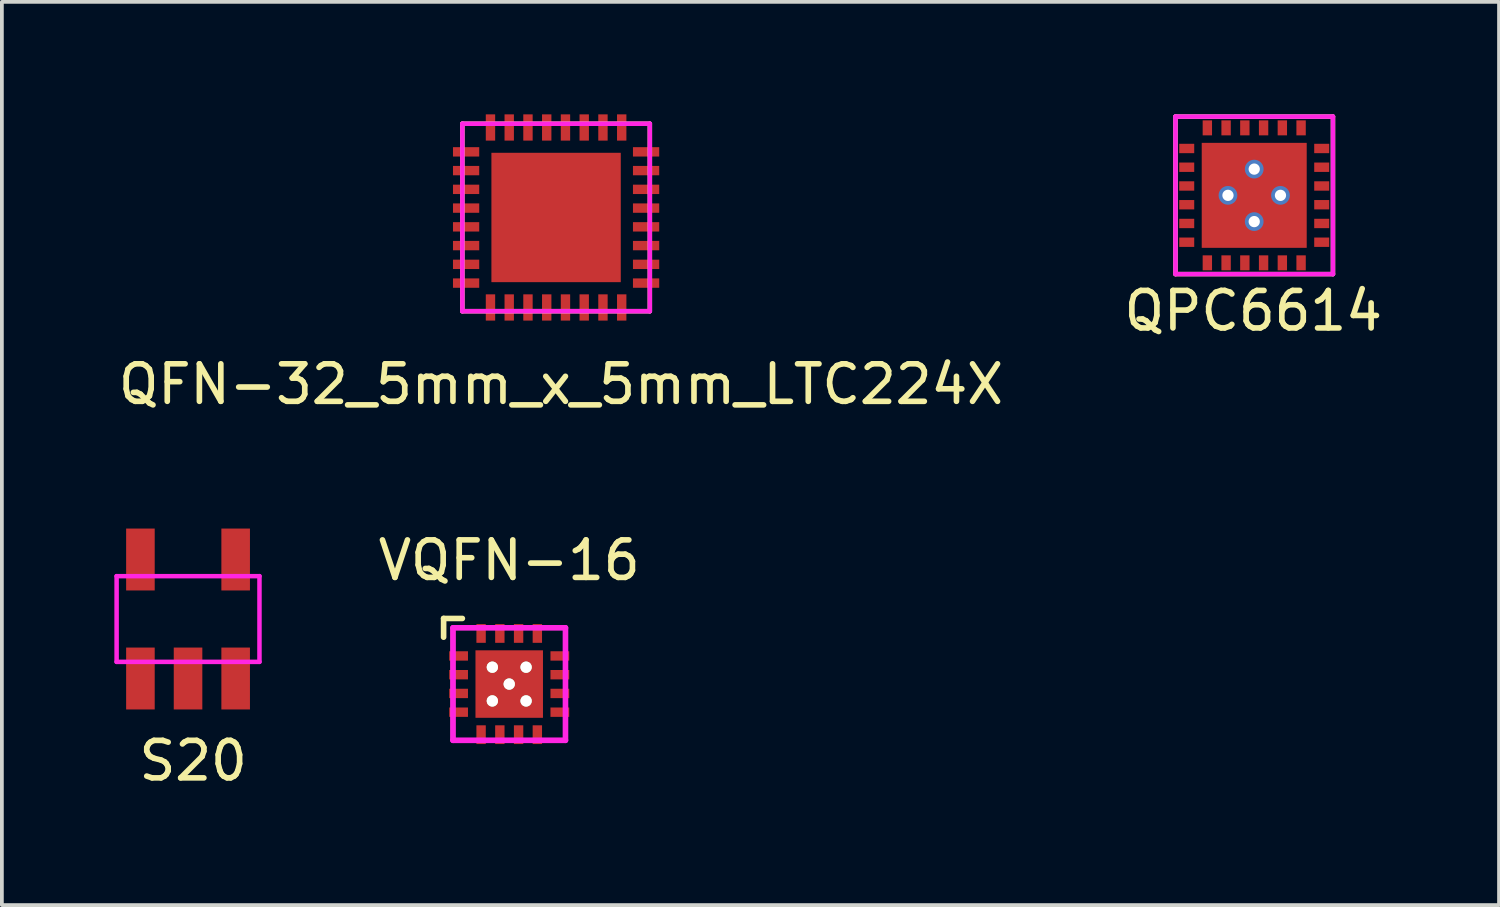
<source format=kicad_pcb>
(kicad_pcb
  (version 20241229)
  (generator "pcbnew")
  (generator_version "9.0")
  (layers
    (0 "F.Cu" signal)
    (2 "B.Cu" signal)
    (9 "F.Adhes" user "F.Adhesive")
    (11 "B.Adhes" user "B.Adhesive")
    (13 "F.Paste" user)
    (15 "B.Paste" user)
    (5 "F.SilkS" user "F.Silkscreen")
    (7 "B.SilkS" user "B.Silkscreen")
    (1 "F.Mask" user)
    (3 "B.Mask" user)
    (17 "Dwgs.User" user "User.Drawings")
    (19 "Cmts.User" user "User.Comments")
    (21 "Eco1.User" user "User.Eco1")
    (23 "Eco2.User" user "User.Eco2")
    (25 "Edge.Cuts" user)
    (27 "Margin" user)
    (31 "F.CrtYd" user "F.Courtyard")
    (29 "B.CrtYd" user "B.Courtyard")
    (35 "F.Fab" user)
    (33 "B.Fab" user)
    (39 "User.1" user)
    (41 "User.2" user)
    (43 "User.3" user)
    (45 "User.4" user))
  (footprint "VQFN-16"
    (layer "F.Cu")
    (at 10.531 15.194)
    (property "Reference" "VQFN-16" (at 0 -3.3 0) (layer "F.SilkS") (effects (font (size 1 1) (thickness 0.15))))
    (attr through_hole)
    (fp_line (start -1.75 -1.75) (end -1.75 -1.25) (stroke (width 0.15) (type solid)) (layer "F.SilkS"))
    (fp_line (start -1.5 -1.5) (end -1.5 1.5) (stroke (width 0.12) (type solid)) (layer "F.SilkS"))
    (fp_line (start -1.5 1.5) (end 1.5 1.5) (stroke (width 0.12) (type solid)) (layer "F.SilkS"))
    (fp_line (start -1.25 -1.75) (end -1.75 -1.75) (stroke (width 0.15) (type solid)) (layer "F.SilkS"))
    (fp_line (start 1.5 -1.5) (end -1.5 -1.5) (stroke (width 0.12) (type solid)) (layer "F.SilkS"))
    (fp_line (start 1.5 1.5) (end 1.5 -1.5) (stroke (width 0.12) (type solid)) (layer "F.SilkS"))
    (fp_line (start -1.5 -1.5) (end 1.5 -1.5) (stroke (width 0.15) (type solid)) (layer "F.CrtYd"))
    (fp_line (start -1.5 1.5) (end -1.5 -1.5) (stroke (width 0.15) (type solid)) (layer "F.CrtYd"))
    (fp_line (start 1.5 -1.5) (end 1.5 1.5) (stroke (width 0.15) (type solid)) (layer "F.CrtYd"))
    (fp_line (start 1.5 1.5) (end -1.5 1.5) (stroke (width 0.15) (type solid)) (layer "F.CrtYd"))
    (pad "1" smd rect (at -1.35 -0.75 90) (size 0.25 0.5) (layers "F.Cu" "F.Mask" "F.Paste"))
    (pad "2" smd rect (at -1.35 -0.25 90) (size 0.25 0.5) (layers "F.Cu" "F.Mask" "F.Paste"))
    (pad "3" smd rect (at -1.35 0.25 90) (size 0.25 0.5) (layers "F.Cu" "F.Mask" "F.Paste"))
    (pad "4" smd rect (at -1.35 0.75 90) (size 0.25 0.5) (layers "F.Cu" "F.Mask" "F.Paste"))
    (pad "5" smd rect (at -0.75 1.35) (size 0.25 0.5) (layers "F.Cu" "F.Mask" "F.Paste"))
    (pad "6" smd rect (at -0.25 1.35) (size 0.25 0.5) (layers "F.Cu" "F.Mask" "F.Paste"))
    (pad "7" smd rect (at 0.25 1.35) (size 0.25 0.5) (layers "F.Cu" "F.Mask" "F.Paste"))
    (pad "8" smd rect (at 0.75 1.35) (size 0.25 0.5) (layers "F.Cu" "F.Mask" "F.Paste"))
    (pad "9" smd rect (at 1.35 0.75 90) (size 0.25 0.5) (layers "F.Cu" "F.Mask" "F.Paste"))
    (pad "10" smd rect (at 1.35 0.25 90) (size 0.25 0.5) (layers "F.Cu" "F.Mask" "F.Paste"))
    (pad "11" smd rect (at 1.35 -0.25 90) (size 0.25 0.5) (layers "F.Cu" "F.Mask" "F.Paste"))
    (pad "12" smd rect (at 1.35 -0.75 90) (size 0.25 0.5) (layers "F.Cu" "F.Mask" "F.Paste"))
    (pad "13" smd rect (at 0.75 -1.35) (size 0.25 0.5) (layers "F.Cu" "F.Mask" "F.Paste"))
    (pad "14" smd rect (at 0.25 -1.35) (size 0.25 0.5) (layers "F.Cu" "F.Mask" "F.Paste"))
    (pad "15" smd rect (at -0.25 -1.35) (size 0.25 0.5) (layers "F.Cu" "F.Mask" "F.Paste"))
    (pad "16" smd rect (at -0.75 -1.35) (size 0.25 0.5) (layers "F.Cu" "F.Mask" "F.Paste"))
    (pad "EP" thru_hole circle (at -0.45 -0.45) (size 0.3 0.3) (drill 0.3) (layers "*.Cu" "F.Mask" "F.SilkS"))
    (pad "EP" thru_hole circle (at -0.45 0.45) (size 0.3 0.3) (drill 0.3) (layers "*.Cu" "F.Mask" "F.SilkS"))
    (pad "EP" thru_hole circle (at 0 0) (size 0.3 0.3) (drill 0.3) (layers "*.Cu" "F.Mask" "F.SilkS"))
    (pad "EP" smd rect (at 0 0) (size 1.8 1.8) (layers "F.Cu" "F.Mask" "F.Paste"))
    (pad "EP" thru_hole circle (at 0.45 -0.45) (size 0.3 0.3) (drill 0.3) (layers "*.Cu" "F.Mask" "F.SilkS"))
    (pad "EP" thru_hole circle (at 0.45 0.45) (size 0.3 0.3) (drill 0.3) (layers "*.Cu" "F.Mask" "F.SilkS")))
  (footprint "S20"
    (layer "F.Cu")
    (at 1.965 13.459)
    (property "Reference" "S20" (at 0.137 3.782 0) (layer "F.SilkS") (effects (font (size 1 1) (thickness 0.15))))
    (attr through_hole)
    (fp_line (start -1.905 -1.143) (end -1.905 1.143) (stroke (width 0.12) (type solid)) (layer "F.CrtYd"))
    (fp_line (start -1.905 -1.143) (end 1.905 -1.143) (stroke (width 0.12) (type solid)) (layer "F.CrtYd"))
    (fp_line (start -1.905 1.143) (end 1.905 1.143) (stroke (width 0.12) (type solid)) (layer "F.CrtYd"))
    (fp_line (start 1.905 -1.143) (end 1.905 1.143) (stroke (width 0.12) (type solid)) (layer "F.CrtYd"))
    (pad "1" smd rect (at -1.27 1.587) (size 0.762 1.651) (layers "F.Cu" "F.Mask" "F.Paste"))
    (pad "2" smd rect (at 0 1.587) (size 0.762 1.651) (layers "F.Cu" "F.Mask" "F.Paste"))
    (pad "3" smd rect (at 1.27 1.587) (size 0.762 1.651) (layers "F.Cu" "F.Mask" "F.Paste"))
    (pad "4" smd rect (at 1.27 -1.587) (size 0.762 1.651) (layers "F.Cu" "F.Mask" "F.Paste"))
    (pad "5" smd rect (at -1.27 -1.587) (size 0.762 1.651) (layers "F.Cu" "F.Mask" "F.Paste")))
  (footprint "QFN-32_5mm_x_5mm_LTC224X"
    (layer "F.Cu")
    (at 11.781 2.75)
    (property "Reference" "QFN-32_5mm_x_5mm_LTC224X" (at 0.13 4.448 0) (layer "F.SilkS") (effects (font (size 1 1) (thickness 0.15))))
    (attr through_hole)
    (fp_line (start -2.5 -2.5) (end -2.5 2.5) (stroke (width 0.12) (type solid)) (layer "F.SilkS"))
    (fp_line (start -2.5 2.5) (end 2.5 2.5) (stroke (width 0.12) (type solid)) (layer "F.SilkS"))
    (fp_line (start 2.5 -2.5) (end -2.5 -2.5) (stroke (width 0.12) (type solid)) (layer "F.SilkS"))
    (fp_line (start 2.5 2.5) (end 2.5 -2.5) (stroke (width 0.12) (type solid)) (layer "F.SilkS"))
    (fp_line (start -2.5 -2.5) (end -2.5 2.5) (stroke (width 0.12) (type solid)) (layer "F.CrtYd"))
    (fp_line (start -2.5 2.5) (end 2.5 2.5) (stroke (width 0.12) (type solid)) (layer "F.CrtYd"))
    (fp_line (start 2.5 -2.5) (end -2.5 -2.5) (stroke (width 0.12) (type solid)) (layer "F.CrtYd"))
    (fp_line (start 2.5 2.5) (end 2.5 -2.5) (stroke (width 0.12) (type solid)) (layer "F.CrtYd"))
    (pad "" smd rect (at -1.15 -1.15) (size 0.85 0.85) (layers "F.Paste"))
    (pad "" smd rect (at -1.15 0) (size 0.85 0.85) (layers "F.Paste"))
    (pad "" smd rect (at -1.15 1.15) (size 0.85 0.85) (layers "F.Paste"))
    (pad "" smd rect (at 0 -1.15) (size 0.85 0.85) (layers "F.Paste"))
    (pad "" smd rect (at 0 0) (size 0.85 0.85) (layers "F.Paste"))
    (pad "" smd rect (at 0 1.15) (size 0.85 0.85) (layers "F.Paste"))
    (pad "" smd rect (at 1.15 -1.15) (size 0.85 0.85) (layers "F.Paste"))
    (pad "" smd rect (at 1.15 0) (size 0.85 0.85) (layers "F.Paste"))
    (pad "" smd rect (at 1.15 1.15) (size 0.85 0.85) (layers "F.Paste"))
    (pad "1" smd rect (at -2.4 -1.75) (size 0.7 0.25) (layers "F.Cu" "F.Mask" "F.Paste"))
    (pad "2" smd rect (at -2.4 -1.25) (size 0.7 0.25) (layers "F.Cu" "F.Mask" "F.Paste"))
    (pad "3" smd rect (at -2.4 -0.75) (size 0.7 0.25) (layers "F.Cu" "F.Mask" "F.Paste"))
    (pad "4" smd rect (at -2.4 -0.25) (size 0.7 0.25) (layers "F.Cu" "F.Mask" "F.Paste"))
    (pad "5" smd rect (at -2.4 0.25) (size 0.7 0.25) (layers "F.Cu" "F.Mask" "F.Paste"))
    (pad "6" smd rect (at -2.4 0.75) (size 0.7 0.25) (layers "F.Cu" "F.Mask" "F.Paste"))
    (pad "7" smd rect (at -2.4 1.25) (size 0.7 0.25) (layers "F.Cu" "F.Mask" "F.Paste"))
    (pad "8" smd rect (at -2.4 1.75) (size 0.7 0.25) (layers "F.Cu" "F.Mask" "F.Paste"))
    (pad "9" smd rect (at -1.75 2.4) (size 0.25 0.7) (layers "F.Cu" "F.Mask" "F.Paste"))
    (pad "10" smd rect (at -1.25 2.4) (size 0.25 0.7) (layers "F.Cu" "F.Mask" "F.Paste"))
    (pad "11" smd rect (at -0.75 2.4) (size 0.25 0.7) (layers "F.Cu" "F.Mask" "F.Paste"))
    (pad "12" smd rect (at -0.25 2.4) (size 0.25 0.7) (layers "F.Cu" "F.Mask" "F.Paste"))
    (pad "13" smd rect (at 0.25 2.4) (size 0.25 0.7) (layers "F.Cu" "F.Mask" "F.Paste"))
    (pad "14" smd rect (at 0.75 2.4) (size 0.25 0.7) (layers "F.Cu" "F.Mask" "F.Paste"))
    (pad "15" smd rect (at 1.25 2.4) (size 0.25 0.7) (layers "F.Cu" "F.Mask" "F.Paste"))
    (pad "16" smd rect (at 1.75 2.4) (size 0.25 0.7) (layers "F.Cu" "F.Mask" "F.Paste"))
    (pad "17" smd rect (at 2.4 1.75) (size 0.7 0.25) (layers "F.Cu" "F.Mask" "F.Paste"))
    (pad "18" smd rect (at 2.4 1.25) (size 0.7 0.25) (layers "F.Cu" "F.Mask" "F.Paste"))
    (pad "19" smd rect (at 2.4 0.75) (size 0.7 0.25) (layers "F.Cu" "F.Mask" "F.Paste"))
    (pad "20" smd rect (at 2.4 0.25) (size 0.7 0.25) (layers "F.Cu" "F.Mask" "F.Paste"))
    (pad "21" smd rect (at 2.4 -0.25) (size 0.7 0.25) (layers "F.Cu" "F.Mask" "F.Paste"))
    (pad "22" smd rect (at 2.4 -0.75) (size 0.7 0.25) (layers "F.Cu" "F.Mask" "F.Paste"))
    (pad "23" smd rect (at 2.4 -1.25) (size 0.7 0.25) (layers "F.Cu" "F.Mask" "F.Paste"))
    (pad "24" smd rect (at 2.4 -1.75) (size 0.7 0.25) (layers "F.Cu" "F.Mask" "F.Paste"))
    (pad "25" smd rect (at 1.75 -2.4) (size 0.25 0.7) (layers "F.Cu" "F.Mask" "F.Paste"))
    (pad "26" smd rect (at 1.25 -2.4) (size 0.25 0.7) (layers "F.Cu" "F.Mask" "F.Paste"))
    (pad "27" smd rect (at 0.75 -2.4) (size 0.25 0.7) (layers "F.Cu" "F.Mask" "F.Paste"))
    (pad "28" smd rect (at 0.25 -2.4) (size 0.25 0.7) (layers "F.Cu" "F.Mask" "F.Paste"))
    (pad "29" smd rect (at -0.25 -2.4) (size 0.25 0.7) (layers "F.Cu" "F.Mask" "F.Paste"))
    (pad "30" smd rect (at -0.75 -2.4) (size 0.25 0.7) (layers "F.Cu" "F.Mask" "F.Paste"))
    (pad "31" smd rect (at -1.25 -2.4) (size 0.25 0.7) (layers "F.Cu" "F.Mask" "F.Paste"))
    (pad "32" smd rect (at -1.75 -2.4) (size 0.25 0.7) (layers "F.Cu" "F.Mask" "F.Paste"))
    (pad "EP" smd rect (at 0 0) (size 3.45 3.45) (layers "F.Cu" "F.Mask")))
  (footprint "QPC6614"
    (layer "F.Cu")
    (at 30.4 2.16)
    (property "Reference" "QPC6614" (at -0.025 3.081 0) (layer "F.SilkS") (effects (font (size 1 1) (thickness 0.15))))
    (attr through_hole)
    (fp_line (start -2.1 -2.1) (end -2.1 2.1) (stroke (width 0.12) (type solid)) (layer "F.SilkS"))
    (fp_line (start -2.1 2.1) (end 2.1 2.1) (stroke (width 0.12) (type solid)) (layer "F.SilkS"))
    (fp_line (start 2.1 -2.1) (end -2.1 -2.1) (stroke (width 0.12) (type solid)) (layer "F.SilkS"))
    (fp_line (start 2.1 2.1) (end 2.1 -2.1) (stroke (width 0.12) (type solid)) (layer "F.SilkS"))
    (fp_line (start -2.1 -2.1) (end -2.1 2.1) (stroke (width 0.12) (type solid)) (layer "F.CrtYd"))
    (fp_line (start -2.1 2.1) (end 2.1 2.1) (stroke (width 0.12) (type solid)) (layer "F.CrtYd"))
    (fp_line (start 2.1 -2.1) (end -2.1 -2.1) (stroke (width 0.12) (type solid)) (layer "F.CrtYd"))
    (fp_line (start 2.1 2.1) (end 2.1 -2.1) (stroke (width 0.12) (type solid)) (layer "F.CrtYd"))
    (pad "" smd rect (at -0.85 -0.85) (size 0.6 0.6) (layers "F.Paste"))
    (pad "" smd rect (at -0.85 0) (size 0.6 0.6) (layers "F.Paste"))
    (pad "" smd rect (at -0.85 0.85) (size 0.6 0.6) (layers "F.Paste"))
    (pad "" smd rect (at 0 -0.85) (size 0.6 0.6) (layers "F.Paste"))
    (pad "" smd rect (at 0 0) (size 0.6 0.6) (layers "F.Paste"))
    (pad "" smd rect (at 0 0.85) (size 0.6 0.6) (layers "F.Paste"))
    (pad "" smd rect (at 0.85 -0.85) (size 0.6 0.6) (layers "F.Paste"))
    (pad "" smd rect (at 0.85 0) (size 0.6 0.6) (layers "F.Paste"))
    (pad "" smd rect (at 0.85 0.85) (size 0.6 0.6) (layers "F.Paste"))
    (pad "1" smd rect (at -1.8 -1.25) (size 0.4 0.25) (layers "F.Cu" "F.Mask" "F.Paste"))
    (pad "2" smd rect (at -1.8 -0.75) (size 0.4 0.25) (layers "F.Cu" "F.Mask" "F.Paste"))
    (pad "3" smd rect (at -1.8 -0.25) (size 0.4 0.25) (layers "F.Cu" "F.Mask" "F.Paste"))
    (pad "4" smd rect (at -1.8 0.25) (size 0.4 0.25) (layers "F.Cu" "F.Mask" "F.Paste"))
    (pad "5" smd rect (at -1.8 0.75) (size 0.4 0.25) (layers "F.Cu" "F.Mask" "F.Paste"))
    (pad "6" smd rect (at -1.8 1.25) (size 0.4 0.25) (layers "F.Cu" "F.Mask" "F.Paste"))
    (pad "7" smd rect (at -1.25 1.8) (size 0.25 0.4) (layers "F.Cu" "F.Mask" "F.Paste"))
    (pad "8" smd rect (at -0.75 1.8) (size 0.25 0.4) (layers "F.Cu" "F.Mask" "F.Paste"))
    (pad "9" smd rect (at -0.25 1.8) (size 0.25 0.4) (layers "F.Cu" "F.Mask" "F.Paste"))
    (pad "10" smd rect (at 0.25 1.8) (size 0.25 0.4) (layers "F.Cu" "F.Mask" "F.Paste"))
    (pad "11" smd rect (at 0.75 1.8) (size 0.25 0.4) (layers "F.Cu" "F.Mask" "F.Paste"))
    (pad "12" smd rect (at 1.25 1.8) (size 0.25 0.4) (layers "F.Cu" "F.Mask" "F.Paste"))
    (pad "13" smd rect (at 1.8 1.25) (size 0.4 0.25) (layers "F.Cu" "F.Mask" "F.Paste"))
    (pad "14" smd rect (at 1.8 0.75) (size 0.4 0.25) (layers "F.Cu" "F.Mask" "F.Paste"))
    (pad "15" smd rect (at 1.8 0.25) (size 0.4 0.25) (layers "F.Cu" "F.Mask" "F.Paste"))
    (pad "16" smd rect (at 1.8 -0.25) (size 0.4 0.25) (layers "F.Cu" "F.Mask" "F.Paste"))
    (pad "17" smd rect (at 1.8 -0.75) (size 0.4 0.25) (layers "F.Cu" "F.Mask" "F.Paste"))
    (pad "18" smd rect (at 1.8 -1.25) (size 0.4 0.25) (layers "F.Cu" "F.Mask" "F.Paste"))
    (pad "19" smd rect (at 1.25 -1.8) (size 0.25 0.4) (layers "F.Cu" "F.Mask" "F.Paste"))
    (pad "20" smd rect (at 0.75 -1.8) (size 0.25 0.4) (layers "F.Cu" "F.Mask" "F.Paste"))
    (pad "21" smd rect (at 0.25 -1.8) (size 0.25 0.4) (layers "F.Cu" "F.Mask" "F.Paste"))
    (pad "22" smd rect (at -0.25 -1.8) (size 0.25 0.4) (layers "F.Cu" "F.Mask" "F.Paste"))
    (pad "23" smd rect (at -0.75 -1.8) (size 0.25 0.4) (layers "F.Cu" "F.Mask" "F.Paste"))
    (pad "24" smd rect (at -1.25 -1.8) (size 0.25 0.4) (layers "F.Cu" "F.Mask" "F.Paste"))
    (pad "EP" thru_hole circle (at -0.7 0) (size 0.5 0.5) (drill 0.3) (layers "*.Cu" "*.Mask"))
    (pad "EP" thru_hole circle (at 0 -0.7) (size 0.5 0.5) (drill 0.3) (layers "*.Cu" "*.Mask"))
    (pad "EP" smd rect (at 0 0) (size 2.8 2.8) (layers "F.Cu" "F.Mask"))
    (pad "EP" thru_hole circle (at 0 0.7) (size 0.5 0.5) (drill 0.3) (layers "*.Cu" "*.Mask"))
    (pad "EP" thru_hole circle (at 0.7 0) (size 0.5 0.5) (drill 0.3) (layers "*.Cu" "*.Mask")))
  (gr_rect
    (start -3 -3)
    (end 36.929 21.089)
    (stroke (width 0.1) (type default))
    (fill no)
    (layer "Edge.Cuts")))
</source>
